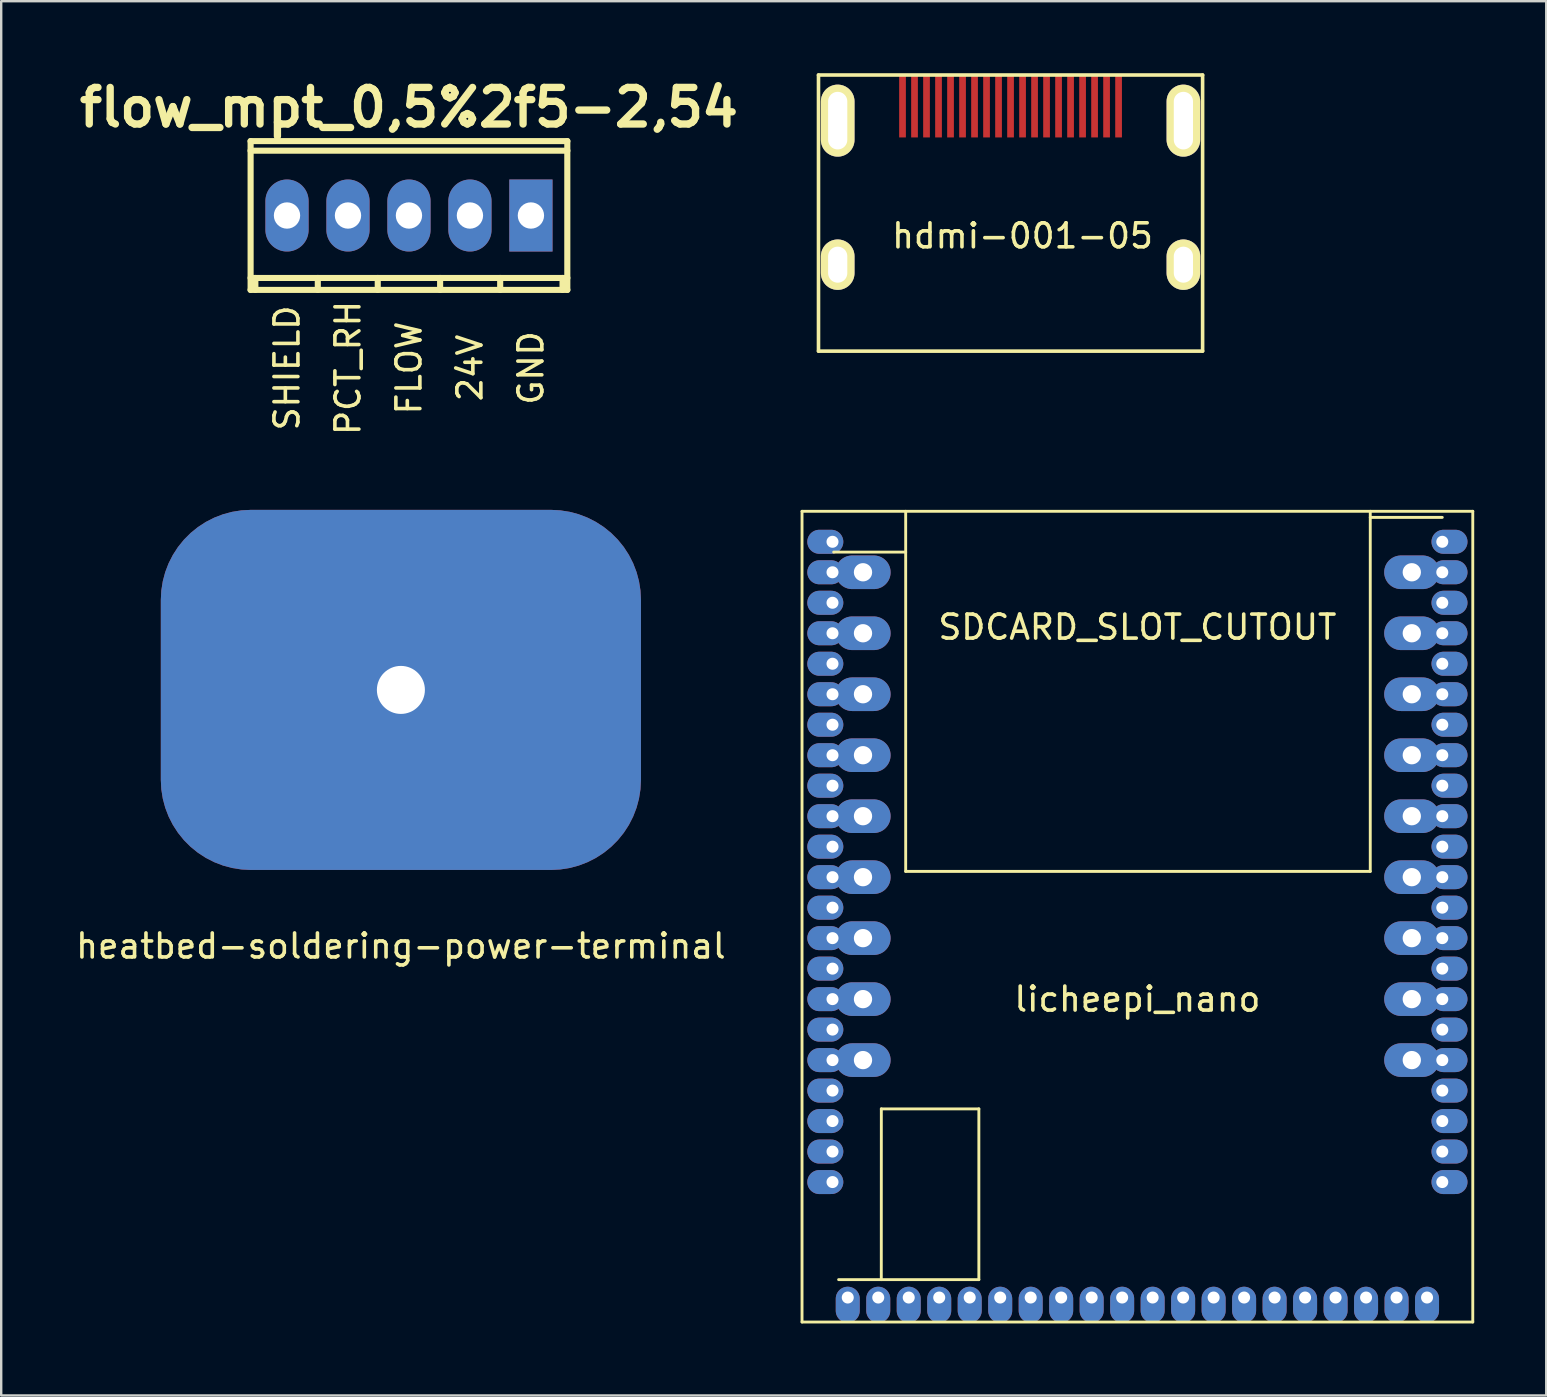
<source format=kicad_pcb>
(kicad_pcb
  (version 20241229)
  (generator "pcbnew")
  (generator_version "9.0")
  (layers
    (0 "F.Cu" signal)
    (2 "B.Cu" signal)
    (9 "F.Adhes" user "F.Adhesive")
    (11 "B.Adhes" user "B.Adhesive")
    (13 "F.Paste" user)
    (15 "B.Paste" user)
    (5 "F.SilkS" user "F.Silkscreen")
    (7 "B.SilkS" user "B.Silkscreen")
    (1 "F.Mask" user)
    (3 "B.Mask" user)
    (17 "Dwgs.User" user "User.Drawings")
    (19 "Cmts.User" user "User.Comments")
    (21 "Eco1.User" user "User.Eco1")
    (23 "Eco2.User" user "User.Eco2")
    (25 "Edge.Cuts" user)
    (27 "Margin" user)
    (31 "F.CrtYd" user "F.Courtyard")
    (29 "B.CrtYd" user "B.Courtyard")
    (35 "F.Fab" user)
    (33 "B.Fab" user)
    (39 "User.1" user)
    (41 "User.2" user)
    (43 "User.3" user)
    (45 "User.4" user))
  (footprint "hdmi-001-05"
    (layer "F.Cu")
    (at 39.044 11.575)
    (property "Reference" "hdmi-001-05" (at 0.5 -4.8 0) (layer "F.SilkS") (effects (font (size 1 1) (thickness 0.15))))
    (attr through_hole)
    (fp_line (start -8 -11.5) (end -8 0) (stroke (width 0.15) (type solid)) (layer "F.SilkS"))
    (fp_line (start -8 0) (end 8 0) (stroke (width 0.15) (type solid)) (layer "F.SilkS"))
    (fp_line (start 8 -11.5) (end -8 -11.5) (stroke (width 0.15) (type solid)) (layer "F.SilkS"))
    (fp_line (start 8 0) (end 8 -11.5) (stroke (width 0.15) (type solid)) (layer "F.SilkS"))
    (pad "1" smd rect (at 4.5 -10.2) (size 0.28 2.6) (layers "F.Cu" "F.Mask" "F.Paste"))
    (pad "2" smd rect (at 4 -10.2) (size 0.28 2.6) (layers "F.Cu" "F.Mask" "F.Paste"))
    (pad "3" smd rect (at 3.5 -10.2) (size 0.28 2.6) (layers "F.Cu" "F.Mask" "F.Paste"))
    (pad "4" smd rect (at 3 -10.2) (size 0.28 2.6) (layers "F.Cu" "F.Mask" "F.Paste"))
    (pad "5" smd rect (at 2.5 -10.2) (size 0.28 2.6) (layers "F.Cu" "F.Mask" "F.Paste"))
    (pad "6" smd rect (at 2 -10.2) (size 0.28 2.6) (layers "F.Cu" "F.Mask" "F.Paste"))
    (pad "7" smd rect (at 1.5 -10.2) (size 0.28 2.6) (layers "F.Cu" "F.Mask" "F.Paste"))
    (pad "8" smd rect (at 1 -10.2) (size 0.28 2.6) (layers "F.Cu" "F.Mask" "F.Paste"))
    (pad "9" smd rect (at 0.5 -10.2) (size 0.28 2.6) (layers "F.Cu" "F.Mask" "F.Paste"))
    (pad "10" smd rect (at 0 -10.2) (size 0.28 2.6) (layers "F.Cu" "F.Mask" "F.Paste"))
    (pad "11" smd rect (at -0.5 -10.2) (size 0.28 2.6) (layers "F.Cu" "F.Mask" "F.Paste"))
    (pad "12" smd rect (at -1 -10.2) (size 0.28 2.6) (layers "F.Cu" "F.Mask" "F.Paste"))
    (pad "13" smd rect (at -1.5 -10.2) (size 0.28 2.6) (layers "F.Cu" "F.Mask" "F.Paste"))
    (pad "14" smd rect (at -2 -10.2) (size 0.28 2.6) (layers "F.Cu" "F.Mask" "F.Paste"))
    (pad "15" smd rect (at -2.5 -10.2) (size 0.28 2.6) (layers "F.Cu" "F.Mask" "F.Paste"))
    (pad "16" smd rect (at -3 -10.2) (size 0.28 2.6) (layers "F.Cu" "F.Mask" "F.Paste"))
    (pad "17" smd rect (at -3.5 -10.2) (size 0.28 2.6) (layers "F.Cu" "F.Mask" "F.Paste"))
    (pad "18" smd rect (at -4 -10.2) (size 0.28 2.6) (layers "F.Cu" "F.Mask" "F.Paste"))
    (pad "19" smd rect (at -4.5 -10.2) (size 0.28 2.6) (layers "F.Cu" "F.Mask" "F.Paste"))
    (pad "20" thru_hole oval (at 7.2 -9.6) (size 1.4 3) (drill oval 0.8 2.4) (layers "*.Cu" "*.Mask" "F.SilkS"))
    (pad "21" thru_hole oval (at -7.2 -9.6) (size 1.4 3) (drill oval 0.8 2.4) (layers "*.Cu" "*.Mask" "F.SilkS"))
    (pad "22" thru_hole oval (at 7.2 -3.6) (size 1.4 2.1) (drill oval 0.8 1.5) (layers "*.Cu" "*.Mask" "F.SilkS"))
    (pad "23" thru_hole oval (at -7.2 -3.6) (size 1.4 2.1) (drill oval 0.8 1.5) (layers "*.Cu" "*.Mask" "F.SilkS")))
  (footprint "heatbed-soldering-power-terminal"
    (layer "F.Cu")
    (at 13.649 25.688)
    (property "Reference" "heatbed-soldering-power-terminal" (at 0 10.668 0) (layer "F.SilkS") (effects (font (size 1 1) (thickness 0.15))))
    (attr through_hole)
    (pad "1" thru_hole roundrect (at 0 0) (size 20 15) (drill 2) (layers "*.Cu" "*.Mask") (roundrect_rratio 0.25)))
  (footprint "licheepi_nano"
    (layer "F.Cu")
    (at 44.328 30.948)
    (property "Reference" "licheepi_nano" (at 0 7.62 180) (layer "F.SilkS") (effects (font (size 1 1) (thickness 0.15))))
    (attr through_hole)
    (fp_line (start -13.97 -12.7) (end -13.97 21.07) (stroke (width 0.12) (type solid)) (layer "F.SilkS"))
    (fp_line (start -13.97 21.07) (end 13.97 21.07) (stroke (width 0.12) (type solid)) (layer "F.SilkS"))
    (fp_line (start -12.652 -11) (end -9.652 -11) (stroke (width 0.12) (type solid)) (layer "F.SilkS"))
    (fp_line (start -12.446 19.304) (end -6.604 19.304) (stroke (width 0.12) (type solid)) (layer "F.SilkS"))
    (fp_line (start -10.666 12.192) (end -10.668 19.304) (stroke (width 0.12) (type solid)) (layer "F.SilkS"))
    (fp_line (start -9.652 -12.7) (end -9.652 2.3) (stroke (width 0.12) (type solid)) (layer "F.SilkS"))
    (fp_line (start -9.652 2.3) (end 9.7 2.3) (stroke (width 0.12) (type solid)) (layer "F.SilkS"))
    (fp_line (start -6.604 12.192) (end -10.668 12.192) (stroke (width 0.12) (type solid)) (layer "F.SilkS"))
    (fp_line (start -6.604 19.304) (end -6.604 12.192) (stroke (width 0.12) (type solid)) (layer "F.SilkS"))
    (fp_line (start 9.7 2.3) (end 9.7 -12.7) (stroke (width 0.12) (type solid)) (layer "F.SilkS"))
    (fp_line (start 12.7 -12.446) (end 9.7 -12.446) (stroke (width 0.12) (type solid)) (layer "F.SilkS"))
    (fp_line (start 13.97 -12.7) (end -13.97 -12.7) (stroke (width 0.12) (type solid)) (layer "F.SilkS"))
    (fp_line (start 13.97 21.07) (end 13.97 -12.7) (stroke (width 0.12) (type solid)) (layer "F.SilkS"))
    (fp_text user "SDCARD_SLOT_CUTOUT" (at 0 -7.874 0) (layer "F.SilkS") (effects (font (size 1 1) (thickness 0.15))))
    (pad "101" thru_hole oval (at -12.7 -11.43) (size 1.5 1) (drill 0.5 (offset -0.3 0)) (layers "*.Cu" "*.Mask"))
    (pad "102" thru_hole oval (at -12.7 -10.16) (size 1.5 1) (drill 0.5 (offset -0.3 0)) (layers "*.Cu" "*.Mask"))
    (pad "102" thru_hole oval (at -11.43 -10.16 90) (size 1.4 2.3) (drill 0.762) (layers "*.Cu" "*.Mask"))
    (pad "103" thru_hole oval (at -12.7 -8.89) (size 1.5 1) (drill 0.5 (offset -0.3 0)) (layers "*.Cu" "*.Mask"))
    (pad "104" thru_hole oval (at -12.7 -7.62) (size 1.5 1) (drill 0.5 (offset -0.3 0)) (layers "*.Cu" "*.Mask"))
    (pad "104" thru_hole oval (at -11.43 -7.62 90) (size 1.4 2.3) (drill 0.762) (layers "*.Cu" "*.Mask"))
    (pad "105" thru_hole oval (at -12.7 -6.35) (size 1.5 1) (drill 0.5 (offset -0.3 0)) (layers "*.Cu" "*.Mask"))
    (pad "106" thru_hole oval (at -12.7 -5.08) (size 1.5 1) (drill 0.5 (offset -0.3 0)) (layers "*.Cu" "*.Mask"))
    (pad "106" thru_hole oval (at -11.43 -5.08 90) (size 1.4 2.3) (drill 0.762) (layers "*.Cu" "*.Mask"))
    (pad "107" thru_hole oval (at -12.7 -3.81) (size 1.5 1) (drill 0.5 (offset -0.3 0)) (layers "*.Cu" "*.Mask"))
    (pad "108" thru_hole oval (at -12.7 -2.54) (size 1.5 1) (drill 0.5 (offset -0.3 0)) (layers "*.Cu" "*.Mask"))
    (pad "108" thru_hole oval (at -11.43 -2.54 90) (size 1.4 2.3) (drill 0.762) (layers "*.Cu" "*.Mask"))
    (pad "109" thru_hole oval (at -12.7 -1.27) (size 1.5 1) (drill 0.5 (offset -0.3 0)) (layers "*.Cu" "*.Mask"))
    (pad "110" thru_hole oval (at -12.7 0) (size 1.5 1) (drill 0.5 (offset -0.3 0)) (layers "*.Cu" "*.Mask"))
    (pad "110" thru_hole oval (at -11.43 0 90) (size 1.4 2.3) (drill 0.762) (layers "*.Cu" "*.Mask"))
    (pad "111" thru_hole oval (at -12.7 1.27) (size 1.5 1) (drill 0.5 (offset -0.3 0)) (layers "*.Cu" "*.Mask"))
    (pad "112" thru_hole oval (at -12.7 2.54) (size 1.5 1) (drill 0.5 (offset -0.3 0)) (layers "*.Cu" "*.Mask"))
    (pad "112" thru_hole oval (at -11.43 2.54 90) (size 1.4 2.3) (drill 0.762) (layers "*.Cu" "*.Mask"))
    (pad "113" thru_hole oval (at -12.7 3.81) (size 1.5 1) (drill 0.5 (offset -0.3 0)) (layers "*.Cu" "*.Mask"))
    (pad "114" thru_hole oval (at -12.7 5.08) (size 1.5 1) (drill 0.5 (offset -0.3 0)) (layers "*.Cu" "*.Mask"))
    (pad "114" thru_hole oval (at -11.43 5.08 90) (size 1.4 2.3) (drill 0.762) (layers "*.Cu" "*.Mask"))
    (pad "115" thru_hole oval (at -12.7 6.35) (size 1.5 1) (drill 0.5 (offset -0.3 0)) (layers "*.Cu" "*.Mask"))
    (pad "116" thru_hole oval (at -12.7 7.62) (size 1.5 1) (drill 0.5 (offset -0.3 0)) (layers "*.Cu" "*.Mask"))
    (pad "116" thru_hole oval (at -11.43 7.62 90) (size 1.4 2.3) (drill 0.762) (layers "*.Cu" "*.Mask"))
    (pad "117" thru_hole oval (at -12.7 8.89) (size 1.5 1) (drill 0.5 (offset -0.3 0)) (layers "*.Cu" "*.Mask"))
    (pad "118" thru_hole oval (at -12.7 10.16) (size 1.5 1) (drill 0.5 (offset -0.3 0)) (layers "*.Cu" "*.Mask"))
    (pad "118" thru_hole oval (at -11.43 10.16 90) (size 1.4 2.3) (drill 0.762) (layers "*.Cu" "*.Mask"))
    (pad "119" thru_hole oval (at -12.7 11.43) (size 1.5 1) (drill 0.5 (offset -0.3 0)) (layers "*.Cu" "*.Mask"))
    (pad "120" thru_hole oval (at -12.7 12.7) (size 1.5 1) (drill 0.5 (offset -0.3 0)) (layers "*.Cu" "*.Mask"))
    (pad "121" thru_hole oval (at -12.7 13.97) (size 1.5 1) (drill 0.5 (offset -0.3 0)) (layers "*.Cu" "*.Mask"))
    (pad "122" thru_hole oval (at -12.7 15.24) (size 1.5 1) (drill 0.5 (offset -0.3 0)) (layers "*.Cu" "*.Mask"))
    (pad "123" thru_hole oval (at 12.7 15.24) (size 1.5 1) (drill 0.5 (offset 0.3 0)) (layers "*.Cu" "*.Mask"))
    (pad "124" thru_hole oval (at 12.7 13.97) (size 1.5 1) (drill 0.5 (offset 0.3 0)) (layers "*.Cu" "*.Mask"))
    (pad "125" thru_hole oval (at 12.7 12.7) (size 1.5 1) (drill 0.5 (offset 0.3 0)) (layers "*.Cu" "*.Mask"))
    (pad "126" thru_hole oval (at 12.7 11.43) (size 1.5 1) (drill 0.5 (offset 0.3 0)) (layers "*.Cu" "*.Mask"))
    (pad "127" thru_hole oval (at 11.43 10.16 90) (size 1.4 2.3) (drill 0.762) (layers "*.Cu" "*.Mask"))
    (pad "127" thru_hole oval (at 12.7 10.16) (size 1.5 1) (drill 0.5 (offset 0.3 0)) (layers "*.Cu" "*.Mask"))
    (pad "128" thru_hole oval (at 12.7 8.89) (size 1.5 1) (drill 0.5 (offset 0.3 0)) (layers "*.Cu" "*.Mask"))
    (pad "129" thru_hole oval (at 11.43 7.62 90) (size 1.4 2.3) (drill 0.762) (layers "*.Cu" "*.Mask"))
    (pad "129" thru_hole oval (at 12.7 7.62) (size 1.5 1) (drill 0.5 (offset 0.3 0)) (layers "*.Cu" "*.Mask"))
    (pad "130" thru_hole oval (at 12.7 6.35) (size 1.5 1) (drill 0.5 (offset 0.3 0)) (layers "*.Cu" "*.Mask"))
    (pad "131" thru_hole oval (at 11.43 5.08 90) (size 1.4 2.3) (drill 0.762) (layers "*.Cu" "*.Mask"))
    (pad "131" thru_hole oval (at 12.7 5.08) (size 1.5 1) (drill 0.5 (offset 0.3 0)) (layers "*.Cu" "*.Mask"))
    (pad "132" thru_hole oval (at 12.7 3.81) (size 1.5 1) (drill 0.5 (offset 0.3 0)) (layers "*.Cu" "*.Mask"))
    (pad "133" thru_hole oval (at 11.43 2.54 90) (size 1.4 2.3) (drill 0.762) (layers "*.Cu" "*.Mask"))
    (pad "133" thru_hole oval (at 12.7 2.54) (size 1.5 1) (drill 0.5 (offset 0.3 0)) (layers "*.Cu" "*.Mask"))
    (pad "134" thru_hole oval (at 12.7 1.27) (size 1.5 1) (drill 0.5 (offset 0.3 0)) (layers "*.Cu" "*.Mask"))
    (pad "135" thru_hole oval (at 11.43 0 90) (size 1.4 2.3) (drill 0.762) (layers "*.Cu" "*.Mask"))
    (pad "135" thru_hole oval (at 12.7 0) (size 1.5 1) (drill 0.5 (offset 0.3 0)) (layers "*.Cu" "*.Mask"))
    (pad "136" thru_hole oval (at 12.7 -1.27) (size 1.5 1) (drill 0.5 (offset 0.3 0)) (layers "*.Cu" "*.Mask"))
    (pad "137" thru_hole oval (at 11.43 -2.54 90) (size 1.4 2.3) (drill 0.762) (layers "*.Cu" "*.Mask"))
    (pad "137" thru_hole oval (at 12.7 -2.54) (size 1.5 1) (drill 0.5 (offset 0.3 0)) (layers "*.Cu" "*.Mask"))
    (pad "138" thru_hole oval (at 12.7 -3.81) (size 1.5 1) (drill 0.5 (offset 0.3 0)) (layers "*.Cu" "*.Mask"))
    (pad "139" thru_hole oval (at 11.43 -5.08 90) (size 1.4 2.3) (drill 0.762) (layers "*.Cu" "*.Mask"))
    (pad "139" thru_hole oval (at 12.7 -5.08) (size 1.5 1) (drill 0.5 (offset 0.3 0)) (layers "*.Cu" "*.Mask"))
    (pad "140" thru_hole oval (at 12.7 -6.35) (size 1.5 1) (drill 0.5 (offset 0.3 0)) (layers "*.Cu" "*.Mask"))
    (pad "141" thru_hole oval (at -12.065 20.05) (size 1 1.5) (drill 0.5 (offset 0 0.3)) (layers "*.Cu" "*.Mask"))
    (pad "141" thru_hole oval (at 11.43 -7.62 90) (size 1.4 2.3) (drill 0.762) (layers "*.Cu" "*.Mask"))
    (pad "141" thru_hole oval (at 12.7 -7.62) (size 1.5 1) (drill 0.5 (offset 0.3 0)) (layers "*.Cu" "*.Mask"))
    (pad "142" thru_hole oval (at -10.795 20.05) (size 1 1.5) (drill 0.5 (offset 0 0.3)) (layers "*.Cu" "*.Mask"))
    (pad "142" thru_hole oval (at 12.7 -8.89) (size 1.5 1) (drill 0.5 (offset 0.3 0)) (layers "*.Cu" "*.Mask"))
    (pad "143" thru_hole oval (at -9.525 20.05) (size 1 1.5) (drill 0.5 (offset 0 0.3)) (layers "*.Cu" "*.Mask"))
    (pad "143" thru_hole oval (at 11.43 -10.16 90) (size 1.4 2.3) (drill 0.762) (layers "*.Cu" "*.Mask"))
    (pad "143" thru_hole oval (at 12.7 -10.16) (size 1.5 1) (drill 0.5 (offset 0.3 0)) (layers "*.Cu" "*.Mask"))
    (pad "144" thru_hole oval (at -8.255 20.05) (size 1 1.5) (drill 0.5 (offset 0 0.3)) (layers "*.Cu" "*.Mask"))
    (pad "144" thru_hole oval (at 12.7 -11.43) (size 1.5 1) (drill 0.5 (offset 0.3 0)) (layers "*.Cu" "*.Mask"))
    (pad "145" thru_hole oval (at -6.985 20.05) (size 1 1.5) (drill 0.5 (offset 0 0.3)) (layers "*.Cu" "*.Mask"))
    (pad "146" thru_hole oval (at -5.715 20.05) (size 1 1.5) (drill 0.5 (offset 0 0.3)) (layers "*.Cu" "*.Mask"))
    (pad "147" thru_hole oval (at -4.445 20.05) (size 1 1.5) (drill 0.5 (offset 0 0.3)) (layers "*.Cu" "*.Mask"))
    (pad "148" thru_hole oval (at -3.175 20.05) (size 1 1.5) (drill 0.5 (offset 0 0.3)) (layers "*.Cu" "*.Mask"))
    (pad "149" thru_hole oval (at -1.905 20.05) (size 1 1.5) (drill 0.5 (offset 0 0.3)) (layers "*.Cu" "*.Mask"))
    (pad "150" thru_hole oval (at -0.635 20.05) (size 1 1.5) (drill 0.5 (offset 0 0.3)) (layers "*.Cu" "*.Mask"))
    (pad "151" thru_hole oval (at 0.635 20.05) (size 1 1.5) (drill 0.5 (offset 0 0.3)) (layers "*.Cu" "*.Mask"))
    (pad "152" thru_hole oval (at 1.905 20.05) (size 1 1.5) (drill 0.5 (offset 0 0.3)) (layers "*.Cu" "*.Mask"))
    (pad "153" thru_hole oval (at 3.175 20.05) (size 1 1.5) (drill 0.5 (offset 0 0.3)) (layers "*.Cu" "*.Mask"))
    (pad "154" thru_hole oval (at 4.445 20.05) (size 1 1.5) (drill 0.5 (offset 0 0.3)) (layers "*.Cu" "*.Mask"))
    (pad "155" thru_hole oval (at 5.715 20.05) (size 1 1.5) (drill 0.5 (offset 0 0.3)) (layers "*.Cu" "*.Mask"))
    (pad "156" thru_hole oval (at 6.985 20.05) (size 1 1.5) (drill 0.5 (offset 0 0.3)) (layers "*.Cu" "*.Mask"))
    (pad "157" thru_hole oval (at 8.255 20.05) (size 1 1.5) (drill 0.5 (offset 0 0.3)) (layers "*.Cu" "*.Mask"))
    (pad "158" thru_hole oval (at 9.525 20.05) (size 1 1.5) (drill 0.5 (offset 0 0.3)) (layers "*.Cu" "*.Mask"))
    (pad "159" thru_hole oval (at 10.795 20.05) (size 1 1.5) (drill 0.5 (offset 0 0.3)) (layers "*.Cu" "*.Mask"))
    (pad "160" thru_hole oval (at 12.065 20.05) (size 1 1.5) (drill 0.5 (offset 0 0.3)) (layers "*.Cu" "*.Mask")))
  (footprint "flow_mpt_0,5%2f5-2,54"
    (layer "F.Cu")
    (at 13.985 5.927)
    (property "Reference" "flow_mpt_0,5%2f5-2,54" (at 0 -4.501 0) (layer "F.SilkS") (effects (font (size 1.524 1.524) (thickness 0.305))))
    (attr through_hole)
    (fp_line (start -6.599 -2.7) (end 6.599 -2.7) (stroke (width 0.254) (type solid)) (layer "F.SilkS"))
    (fp_line (start -6.599 2.601) (end 6.599 2.601) (stroke (width 0.254) (type solid)) (layer "F.SilkS"))
    (fp_line (start -6.596 -3.099) (end -6.596 3.099) (stroke (width 0.254) (type solid)) (layer "F.SilkS"))
    (fp_line (start -6.398 3.099) (end -6.398 2.601) (stroke (width 0.254) (type solid)) (layer "F.SilkS"))
    (fp_line (start -3.797 3.099) (end -3.797 2.601) (stroke (width 0.254) (type solid)) (layer "F.SilkS"))
    (fp_line (start -1.3 2.601) (end -1.3 3.099) (stroke (width 0.254) (type solid)) (layer "F.SilkS"))
    (fp_line (start 1.298 2.601) (end 1.298 3.099) (stroke (width 0.254) (type solid)) (layer "F.SilkS"))
    (fp_line (start 3.8 2.601) (end 3.8 3.099) (stroke (width 0.254) (type solid)) (layer "F.SilkS"))
    (fp_line (start 6.398 2.601) (end 6.398 3.099) (stroke (width 0.254) (type solid)) (layer "F.SilkS"))
    (fp_line (start 6.596 3.099) (end 6.596 -3.099) (stroke (width 0.254) (type solid)) (layer "F.SilkS"))
    (fp_line (start 6.599 -3.099) (end -6.599 -3.099) (stroke (width 0.254) (type solid)) (layer "F.SilkS"))
    (fp_line (start 6.599 3.099) (end -6.599 3.099) (stroke (width 0.254) (type solid)) (layer "F.SilkS"))
    (fp_text user "SHIELD" (at -5.08 6.35 90) (layer "F.SilkS") (effects (font (size 1 1) (thickness 0.15))))
    (fp_text user "24V" (at 2.54 6.35 90) (layer "F.SilkS") (effects (font (size 1 1) (thickness 0.15))))
    (fp_text user "PCT_RH" (at -2.54 6.35 90) (layer "F.SilkS") (effects (font (size 1 1) (thickness 0.15))))
    (fp_text user "GND" (at 5.08 6.35 90) (layer "F.SilkS") (effects (font (size 1 1) (thickness 0.15))))
    (fp_text user "FLOW" (at 0 6.35 90) (layer "F.SilkS") (effects (font (size 1 1) (thickness 0.15))))
    (pad "1" thru_hole rect (at 5.08 0) (size 1.8 3) (drill 1.097) (layers "*.Cu" "*.Mask"))
    (pad "2" thru_hole oval (at 2.54 0) (size 1.8 3) (drill 1.097) (layers "*.Cu" "*.Mask"))
    (pad "3" thru_hole oval (at 0 0) (size 1.8 3) (drill 1.097) (layers "*.Cu" "*.Mask"))
    (pad "4" thru_hole oval (at -2.54 0) (size 1.8 3) (drill 1.097) (layers "*.Cu" "*.Mask"))
    (pad "5" thru_hole oval (at -5.08 0) (size 1.8 3) (drill 1.097) (layers "*.Cu" "*.Mask")))
  (gr_rect
    (start -3 -3)
    (end 61.358 55.078)
    (stroke (width 0.1) (type default))
    (fill no)
    (layer "Edge.Cuts")))
</source>
